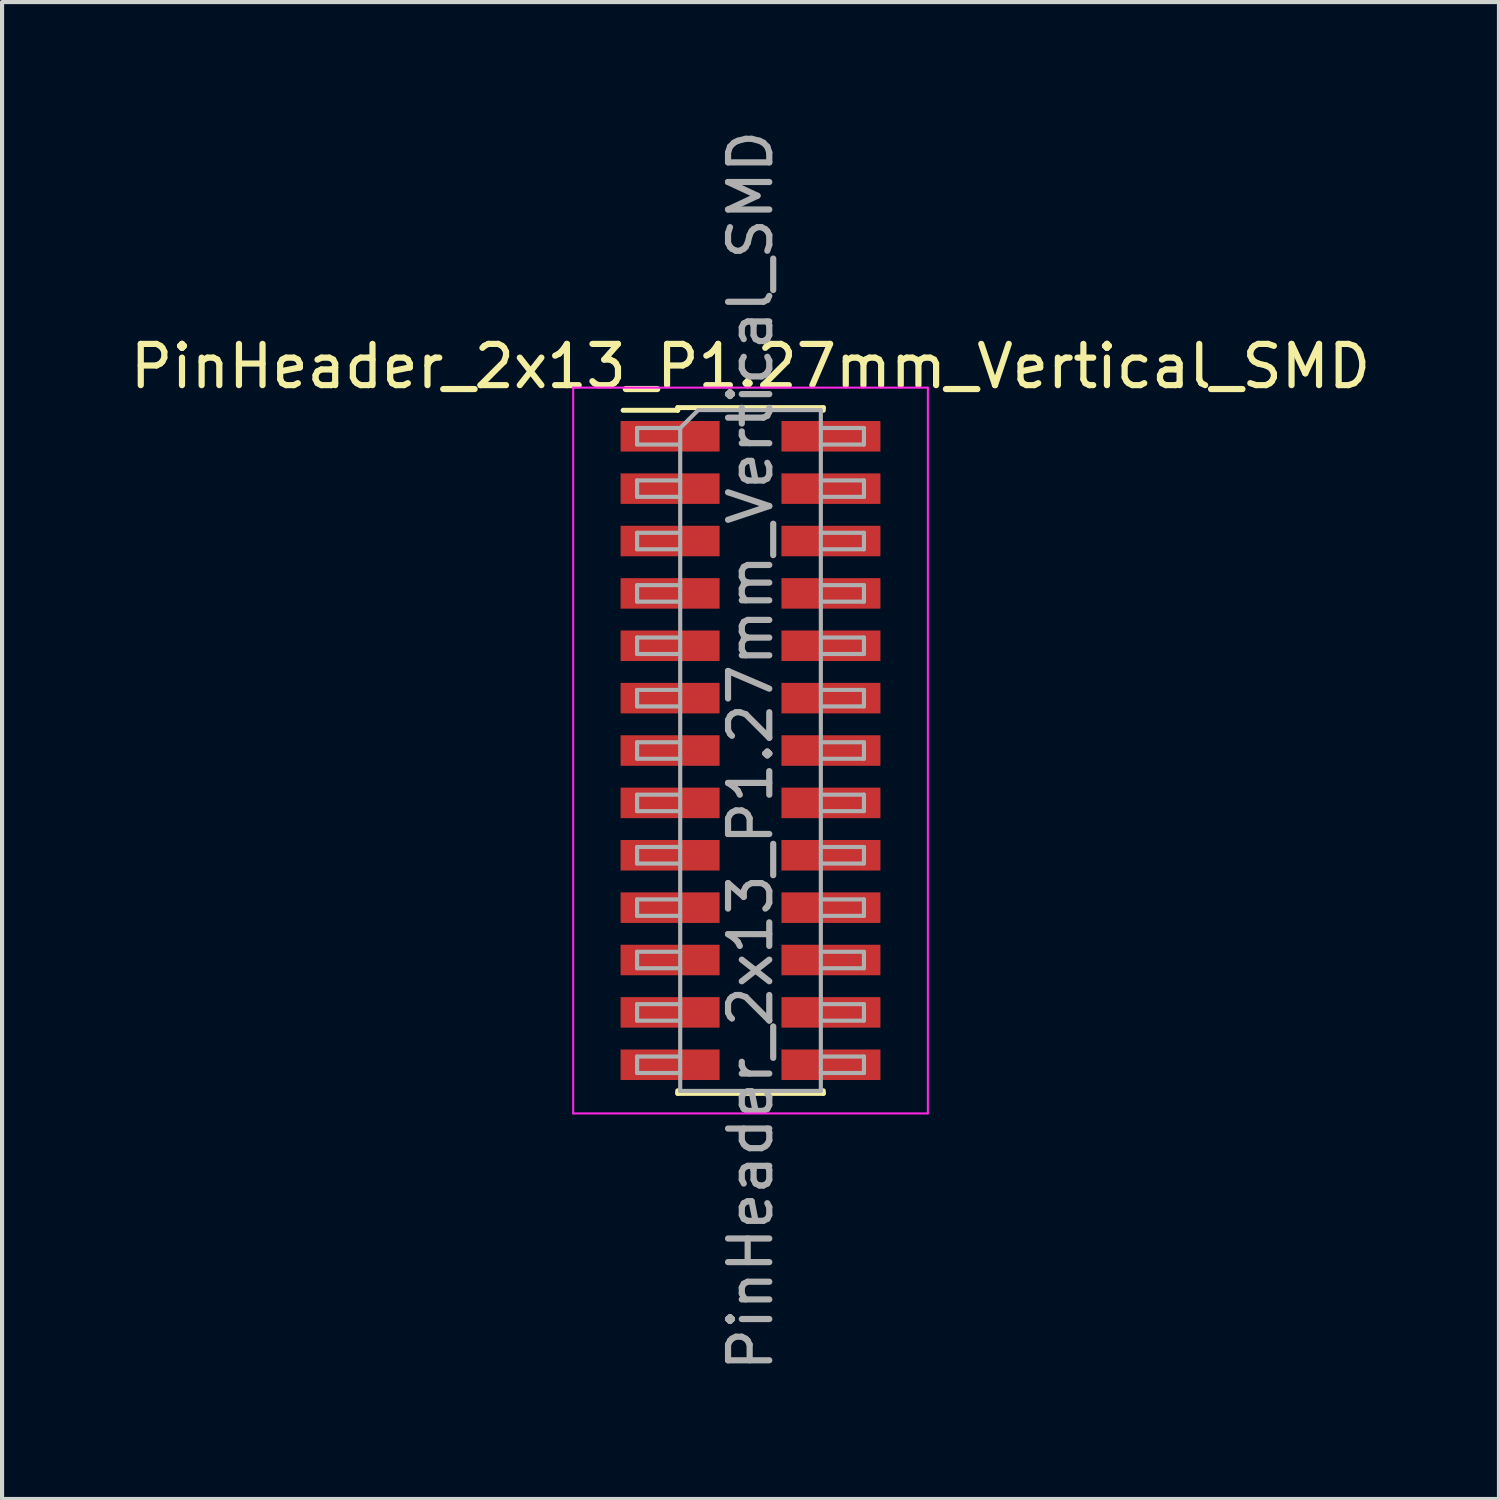
<source format=kicad_pcb>
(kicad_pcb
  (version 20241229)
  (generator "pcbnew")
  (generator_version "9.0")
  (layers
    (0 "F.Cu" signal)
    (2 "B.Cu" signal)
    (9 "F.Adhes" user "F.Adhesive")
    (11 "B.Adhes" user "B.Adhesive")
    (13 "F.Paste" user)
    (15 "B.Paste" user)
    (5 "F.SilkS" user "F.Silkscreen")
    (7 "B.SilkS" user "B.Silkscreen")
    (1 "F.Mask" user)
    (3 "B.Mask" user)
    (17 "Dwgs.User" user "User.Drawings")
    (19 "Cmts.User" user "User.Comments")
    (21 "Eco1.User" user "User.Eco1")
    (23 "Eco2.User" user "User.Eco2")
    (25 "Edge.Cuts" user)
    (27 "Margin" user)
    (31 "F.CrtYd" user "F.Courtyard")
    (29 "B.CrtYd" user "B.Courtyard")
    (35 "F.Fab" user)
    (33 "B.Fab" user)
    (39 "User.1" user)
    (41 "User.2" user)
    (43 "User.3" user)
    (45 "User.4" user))
  (footprint "PinHeader_2x13_P1.27mm_Vertical_SMD"
    (layer "F.Cu")
    (at 15.149 15.149)
    (property "Reference" "PinHeader_2x13_P1.27mm_Vertical_SMD" (at 0 -9.315 0) (layer "F.SilkS") (effects (font (size 1 1) (thickness 0.15))))
    (attr smd)
    (fp_line (start -3.09 -8.25) (end -1.765 -8.25) (stroke (width 0.12) (type solid)) (layer "F.SilkS"))
    (fp_line (start -1.765 -8.315) (end -1.765 -8.25) (stroke (width 0.12) (type solid)) (layer "F.SilkS"))
    (fp_line (start -1.765 -8.315) (end 1.765 -8.315) (stroke (width 0.12) (type solid)) (layer "F.SilkS"))
    (fp_line (start -1.765 8.25) (end -1.765 8.315) (stroke (width 0.12) (type solid)) (layer "F.SilkS"))
    (fp_line (start -1.765 8.315) (end 1.765 8.315) (stroke (width 0.12) (type solid)) (layer "F.SilkS"))
    (fp_line (start 1.765 -8.315) (end 1.765 -8.25) (stroke (width 0.12) (type solid)) (layer "F.SilkS"))
    (fp_line (start 1.765 8.25) (end 1.765 8.315) (stroke (width 0.12) (type solid)) (layer "F.SilkS"))
    (fp_line (start -4.3 -8.8) (end -4.3 8.8) (stroke (width 0.05) (type solid)) (layer "F.CrtYd"))
    (fp_line (start -4.3 8.8) (end 4.3 8.8) (stroke (width 0.05) (type solid)) (layer "F.CrtYd"))
    (fp_line (start 4.3 -8.8) (end -4.3 -8.8) (stroke (width 0.05) (type solid)) (layer "F.CrtYd"))
    (fp_line (start 4.3 8.8) (end 4.3 -8.8) (stroke (width 0.05) (type solid)) (layer "F.CrtYd"))
    (fp_line (start -2.75 -7.82) (end -2.75 -7.42) (stroke (width 0.1) (type solid)) (layer "F.Fab"))
    (fp_line (start -2.75 -7.42) (end -1.705 -7.42) (stroke (width 0.1) (type solid)) (layer "F.Fab"))
    (fp_line (start -2.75 -6.55) (end -2.75 -6.15) (stroke (width 0.1) (type solid)) (layer "F.Fab"))
    (fp_line (start -2.75 -6.15) (end -1.705 -6.15) (stroke (width 0.1) (type solid)) (layer "F.Fab"))
    (fp_line (start -2.75 -5.28) (end -2.75 -4.88) (stroke (width 0.1) (type solid)) (layer "F.Fab"))
    (fp_line (start -2.75 -4.88) (end -1.705 -4.88) (stroke (width 0.1) (type solid)) (layer "F.Fab"))
    (fp_line (start -2.75 -4.01) (end -2.75 -3.61) (stroke (width 0.1) (type solid)) (layer "F.Fab"))
    (fp_line (start -2.75 -3.61) (end -1.705 -3.61) (stroke (width 0.1) (type solid)) (layer "F.Fab"))
    (fp_line (start -2.75 -2.74) (end -2.75 -2.34) (stroke (width 0.1) (type solid)) (layer "F.Fab"))
    (fp_line (start -2.75 -2.34) (end -1.705 -2.34) (stroke (width 0.1) (type solid)) (layer "F.Fab"))
    (fp_line (start -2.75 -1.47) (end -2.75 -1.07) (stroke (width 0.1) (type solid)) (layer "F.Fab"))
    (fp_line (start -2.75 -1.07) (end -1.705 -1.07) (stroke (width 0.1) (type solid)) (layer "F.Fab"))
    (fp_line (start -2.75 -0.2) (end -2.75 0.2) (stroke (width 0.1) (type solid)) (layer "F.Fab"))
    (fp_line (start -2.75 0.2) (end -1.705 0.2) (stroke (width 0.1) (type solid)) (layer "F.Fab"))
    (fp_line (start -2.75 1.07) (end -2.75 1.47) (stroke (width 0.1) (type solid)) (layer "F.Fab"))
    (fp_line (start -2.75 1.47) (end -1.705 1.47) (stroke (width 0.1) (type solid)) (layer "F.Fab"))
    (fp_line (start -2.75 2.34) (end -2.75 2.74) (stroke (width 0.1) (type solid)) (layer "F.Fab"))
    (fp_line (start -2.75 2.74) (end -1.705 2.74) (stroke (width 0.1) (type solid)) (layer "F.Fab"))
    (fp_line (start -2.75 3.61) (end -2.75 4.01) (stroke (width 0.1) (type solid)) (layer "F.Fab"))
    (fp_line (start -2.75 4.01) (end -1.705 4.01) (stroke (width 0.1) (type solid)) (layer "F.Fab"))
    (fp_line (start -2.75 4.88) (end -2.75 5.28) (stroke (width 0.1) (type solid)) (layer "F.Fab"))
    (fp_line (start -2.75 5.28) (end -1.705 5.28) (stroke (width 0.1) (type solid)) (layer "F.Fab"))
    (fp_line (start -2.75 6.15) (end -2.75 6.55) (stroke (width 0.1) (type solid)) (layer "F.Fab"))
    (fp_line (start -2.75 6.55) (end -1.705 6.55) (stroke (width 0.1) (type solid)) (layer "F.Fab"))
    (fp_line (start -2.75 7.42) (end -2.75 7.82) (stroke (width 0.1) (type solid)) (layer "F.Fab"))
    (fp_line (start -2.75 7.82) (end -1.705 7.82) (stroke (width 0.1) (type solid)) (layer "F.Fab"))
    (fp_line (start -1.705 -7.82) (end -2.75 -7.82) (stroke (width 0.1) (type solid)) (layer "F.Fab"))
    (fp_line (start -1.705 -7.82) (end -1.27 -8.255) (stroke (width 0.1) (type solid)) (layer "F.Fab"))
    (fp_line (start -1.705 -6.55) (end -2.75 -6.55) (stroke (width 0.1) (type solid)) (layer "F.Fab"))
    (fp_line (start -1.705 -5.28) (end -2.75 -5.28) (stroke (width 0.1) (type solid)) (layer "F.Fab"))
    (fp_line (start -1.705 -4.01) (end -2.75 -4.01) (stroke (width 0.1) (type solid)) (layer "F.Fab"))
    (fp_line (start -1.705 -2.74) (end -2.75 -2.74) (stroke (width 0.1) (type solid)) (layer "F.Fab"))
    (fp_line (start -1.705 -1.47) (end -2.75 -1.47) (stroke (width 0.1) (type solid)) (layer "F.Fab"))
    (fp_line (start -1.705 -0.2) (end -2.75 -0.2) (stroke (width 0.1) (type solid)) (layer "F.Fab"))
    (fp_line (start -1.705 1.07) (end -2.75 1.07) (stroke (width 0.1) (type solid)) (layer "F.Fab"))
    (fp_line (start -1.705 2.34) (end -2.75 2.34) (stroke (width 0.1) (type solid)) (layer "F.Fab"))
    (fp_line (start -1.705 3.61) (end -2.75 3.61) (stroke (width 0.1) (type solid)) (layer "F.Fab"))
    (fp_line (start -1.705 4.88) (end -2.75 4.88) (stroke (width 0.1) (type solid)) (layer "F.Fab"))
    (fp_line (start -1.705 6.15) (end -2.75 6.15) (stroke (width 0.1) (type solid)) (layer "F.Fab"))
    (fp_line (start -1.705 7.42) (end -2.75 7.42) (stroke (width 0.1) (type solid)) (layer "F.Fab"))
    (fp_line (start -1.705 8.255) (end -1.705 -7.82) (stroke (width 0.1) (type solid)) (layer "F.Fab"))
    (fp_line (start -1.27 -8.255) (end 1.705 -8.255) (stroke (width 0.1) (type solid)) (layer "F.Fab"))
    (fp_line (start 1.705 -8.255) (end 1.705 8.255) (stroke (width 0.1) (type solid)) (layer "F.Fab"))
    (fp_line (start 1.705 -7.82) (end 2.75 -7.82) (stroke (width 0.1) (type solid)) (layer "F.Fab"))
    (fp_line (start 1.705 -6.55) (end 2.75 -6.55) (stroke (width 0.1) (type solid)) (layer "F.Fab"))
    (fp_line (start 1.705 -5.28) (end 2.75 -5.28) (stroke (width 0.1) (type solid)) (layer "F.Fab"))
    (fp_line (start 1.705 -4.01) (end 2.75 -4.01) (stroke (width 0.1) (type solid)) (layer "F.Fab"))
    (fp_line (start 1.705 -2.74) (end 2.75 -2.74) (stroke (width 0.1) (type solid)) (layer "F.Fab"))
    (fp_line (start 1.705 -1.47) (end 2.75 -1.47) (stroke (width 0.1) (type solid)) (layer "F.Fab"))
    (fp_line (start 1.705 -0.2) (end 2.75 -0.2) (stroke (width 0.1) (type solid)) (layer "F.Fab"))
    (fp_line (start 1.705 1.07) (end 2.75 1.07) (stroke (width 0.1) (type solid)) (layer "F.Fab"))
    (fp_line (start 1.705 2.34) (end 2.75 2.34) (stroke (width 0.1) (type solid)) (layer "F.Fab"))
    (fp_line (start 1.705 3.61) (end 2.75 3.61) (stroke (width 0.1) (type solid)) (layer "F.Fab"))
    (fp_line (start 1.705 4.88) (end 2.75 4.88) (stroke (width 0.1) (type solid)) (layer "F.Fab"))
    (fp_line (start 1.705 6.15) (end 2.75 6.15) (stroke (width 0.1) (type solid)) (layer "F.Fab"))
    (fp_line (start 1.705 7.42) (end 2.75 7.42) (stroke (width 0.1) (type solid)) (layer "F.Fab"))
    (fp_line (start 1.705 8.255) (end -1.705 8.255) (stroke (width 0.1) (type solid)) (layer "F.Fab"))
    (fp_line (start 2.75 -7.82) (end 2.75 -7.42) (stroke (width 0.1) (type solid)) (layer "F.Fab"))
    (fp_line (start 2.75 -7.42) (end 1.705 -7.42) (stroke (width 0.1) (type solid)) (layer "F.Fab"))
    (fp_line (start 2.75 -6.55) (end 2.75 -6.15) (stroke (width 0.1) (type solid)) (layer "F.Fab"))
    (fp_line (start 2.75 -6.15) (end 1.705 -6.15) (stroke (width 0.1) (type solid)) (layer "F.Fab"))
    (fp_line (start 2.75 -5.28) (end 2.75 -4.88) (stroke (width 0.1) (type solid)) (layer "F.Fab"))
    (fp_line (start 2.75 -4.88) (end 1.705 -4.88) (stroke (width 0.1) (type solid)) (layer "F.Fab"))
    (fp_line (start 2.75 -4.01) (end 2.75 -3.61) (stroke (width 0.1) (type solid)) (layer "F.Fab"))
    (fp_line (start 2.75 -3.61) (end 1.705 -3.61) (stroke (width 0.1) (type solid)) (layer "F.Fab"))
    (fp_line (start 2.75 -2.74) (end 2.75 -2.34) (stroke (width 0.1) (type solid)) (layer "F.Fab"))
    (fp_line (start 2.75 -2.34) (end 1.705 -2.34) (stroke (width 0.1) (type solid)) (layer "F.Fab"))
    (fp_line (start 2.75 -1.47) (end 2.75 -1.07) (stroke (width 0.1) (type solid)) (layer "F.Fab"))
    (fp_line (start 2.75 -1.07) (end 1.705 -1.07) (stroke (width 0.1) (type solid)) (layer "F.Fab"))
    (fp_line (start 2.75 -0.2) (end 2.75 0.2) (stroke (width 0.1) (type solid)) (layer "F.Fab"))
    (fp_line (start 2.75 0.2) (end 1.705 0.2) (stroke (width 0.1) (type solid)) (layer "F.Fab"))
    (fp_line (start 2.75 1.07) (end 2.75 1.47) (stroke (width 0.1) (type solid)) (layer "F.Fab"))
    (fp_line (start 2.75 1.47) (end 1.705 1.47) (stroke (width 0.1) (type solid)) (layer "F.Fab"))
    (fp_line (start 2.75 2.34) (end 2.75 2.74) (stroke (width 0.1) (type solid)) (layer "F.Fab"))
    (fp_line (start 2.75 2.74) (end 1.705 2.74) (stroke (width 0.1) (type solid)) (layer "F.Fab"))
    (fp_line (start 2.75 3.61) (end 2.75 4.01) (stroke (width 0.1) (type solid)) (layer "F.Fab"))
    (fp_line (start 2.75 4.01) (end 1.705 4.01) (stroke (width 0.1) (type solid)) (layer "F.Fab"))
    (fp_line (start 2.75 4.88) (end 2.75 5.28) (stroke (width 0.1) (type solid)) (layer "F.Fab"))
    (fp_line (start 2.75 5.28) (end 1.705 5.28) (stroke (width 0.1) (type solid)) (layer "F.Fab"))
    (fp_line (start 2.75 6.15) (end 2.75 6.55) (stroke (width 0.1) (type solid)) (layer "F.Fab"))
    (fp_line (start 2.75 6.55) (end 1.705 6.55) (stroke (width 0.1) (type solid)) (layer "F.Fab"))
    (fp_line (start 2.75 7.42) (end 2.75 7.82) (stroke (width 0.1) (type solid)) (layer "F.Fab"))
    (fp_line (start 2.75 7.82) (end 1.705 7.82) (stroke (width 0.1) (type solid)) (layer "F.Fab"))
    (fp_text user "${REFERENCE}" (at 0 0 90) (layer "F.Fab") (effects (font (size 1 1) (thickness 0.15))))
    (pad "1" smd rect (at -1.95 -7.62) (size 2.4 0.74) (layers "F.Cu" "F.Mask" "F.Paste"))
    (pad "2" smd rect (at 1.95 -7.62) (size 2.4 0.74) (layers "F.Cu" "F.Mask" "F.Paste"))
    (pad "3" smd rect (at -1.95 -6.35) (size 2.4 0.74) (layers "F.Cu" "F.Mask" "F.Paste"))
    (pad "4" smd rect (at 1.95 -6.35) (size 2.4 0.74) (layers "F.Cu" "F.Mask" "F.Paste"))
    (pad "5" smd rect (at -1.95 -5.08) (size 2.4 0.74) (layers "F.Cu" "F.Mask" "F.Paste"))
    (pad "6" smd rect (at 1.95 -5.08) (size 2.4 0.74) (layers "F.Cu" "F.Mask" "F.Paste"))
    (pad "7" smd rect (at -1.95 -3.81) (size 2.4 0.74) (layers "F.Cu" "F.Mask" "F.Paste"))
    (pad "8" smd rect (at 1.95 -3.81) (size 2.4 0.74) (layers "F.Cu" "F.Mask" "F.Paste"))
    (pad "9" smd rect (at -1.95 -2.54) (size 2.4 0.74) (layers "F.Cu" "F.Mask" "F.Paste"))
    (pad "10" smd rect (at 1.95 -2.54) (size 2.4 0.74) (layers "F.Cu" "F.Mask" "F.Paste"))
    (pad "11" smd rect (at -1.95 -1.27) (size 2.4 0.74) (layers "F.Cu" "F.Mask" "F.Paste"))
    (pad "12" smd rect (at 1.95 -1.27) (size 2.4 0.74) (layers "F.Cu" "F.Mask" "F.Paste"))
    (pad "13" smd rect (at -1.95 0) (size 2.4 0.74) (layers "F.Cu" "F.Mask" "F.Paste"))
    (pad "14" smd rect (at 1.95 0) (size 2.4 0.74) (layers "F.Cu" "F.Mask" "F.Paste"))
    (pad "15" smd rect (at -1.95 1.27) (size 2.4 0.74) (layers "F.Cu" "F.Mask" "F.Paste"))
    (pad "16" smd rect (at 1.95 1.27) (size 2.4 0.74) (layers "F.Cu" "F.Mask" "F.Paste"))
    (pad "17" smd rect (at -1.95 2.54) (size 2.4 0.74) (layers "F.Cu" "F.Mask" "F.Paste"))
    (pad "18" smd rect (at 1.95 2.54) (size 2.4 0.74) (layers "F.Cu" "F.Mask" "F.Paste"))
    (pad "19" smd rect (at -1.95 3.81) (size 2.4 0.74) (layers "F.Cu" "F.Mask" "F.Paste"))
    (pad "20" smd rect (at 1.95 3.81) (size 2.4 0.74) (layers "F.Cu" "F.Mask" "F.Paste"))
    (pad "21" smd rect (at -1.95 5.08) (size 2.4 0.74) (layers "F.Cu" "F.Mask" "F.Paste"))
    (pad "22" smd rect (at 1.95 5.08) (size 2.4 0.74) (layers "F.Cu" "F.Mask" "F.Paste"))
    (pad "23" smd rect (at -1.95 6.35) (size 2.4 0.74) (layers "F.Cu" "F.Mask" "F.Paste"))
    (pad "24" smd rect (at 1.95 6.35) (size 2.4 0.74) (layers "F.Cu" "F.Mask" "F.Paste"))
    (pad "25" smd rect (at -1.95 7.62) (size 2.4 0.74) (layers "F.Cu" "F.Mask" "F.Paste"))
    (pad "26" smd rect (at 1.95 7.62) (size 2.4 0.74) (layers "F.Cu" "F.Mask" "F.Paste")))
  (gr_rect
    (start -3 -3)
    (end 33.298 33.298)
    (stroke (width 0.1) (type default))
    (fill no)
    (layer "Edge.Cuts")))
</source>
